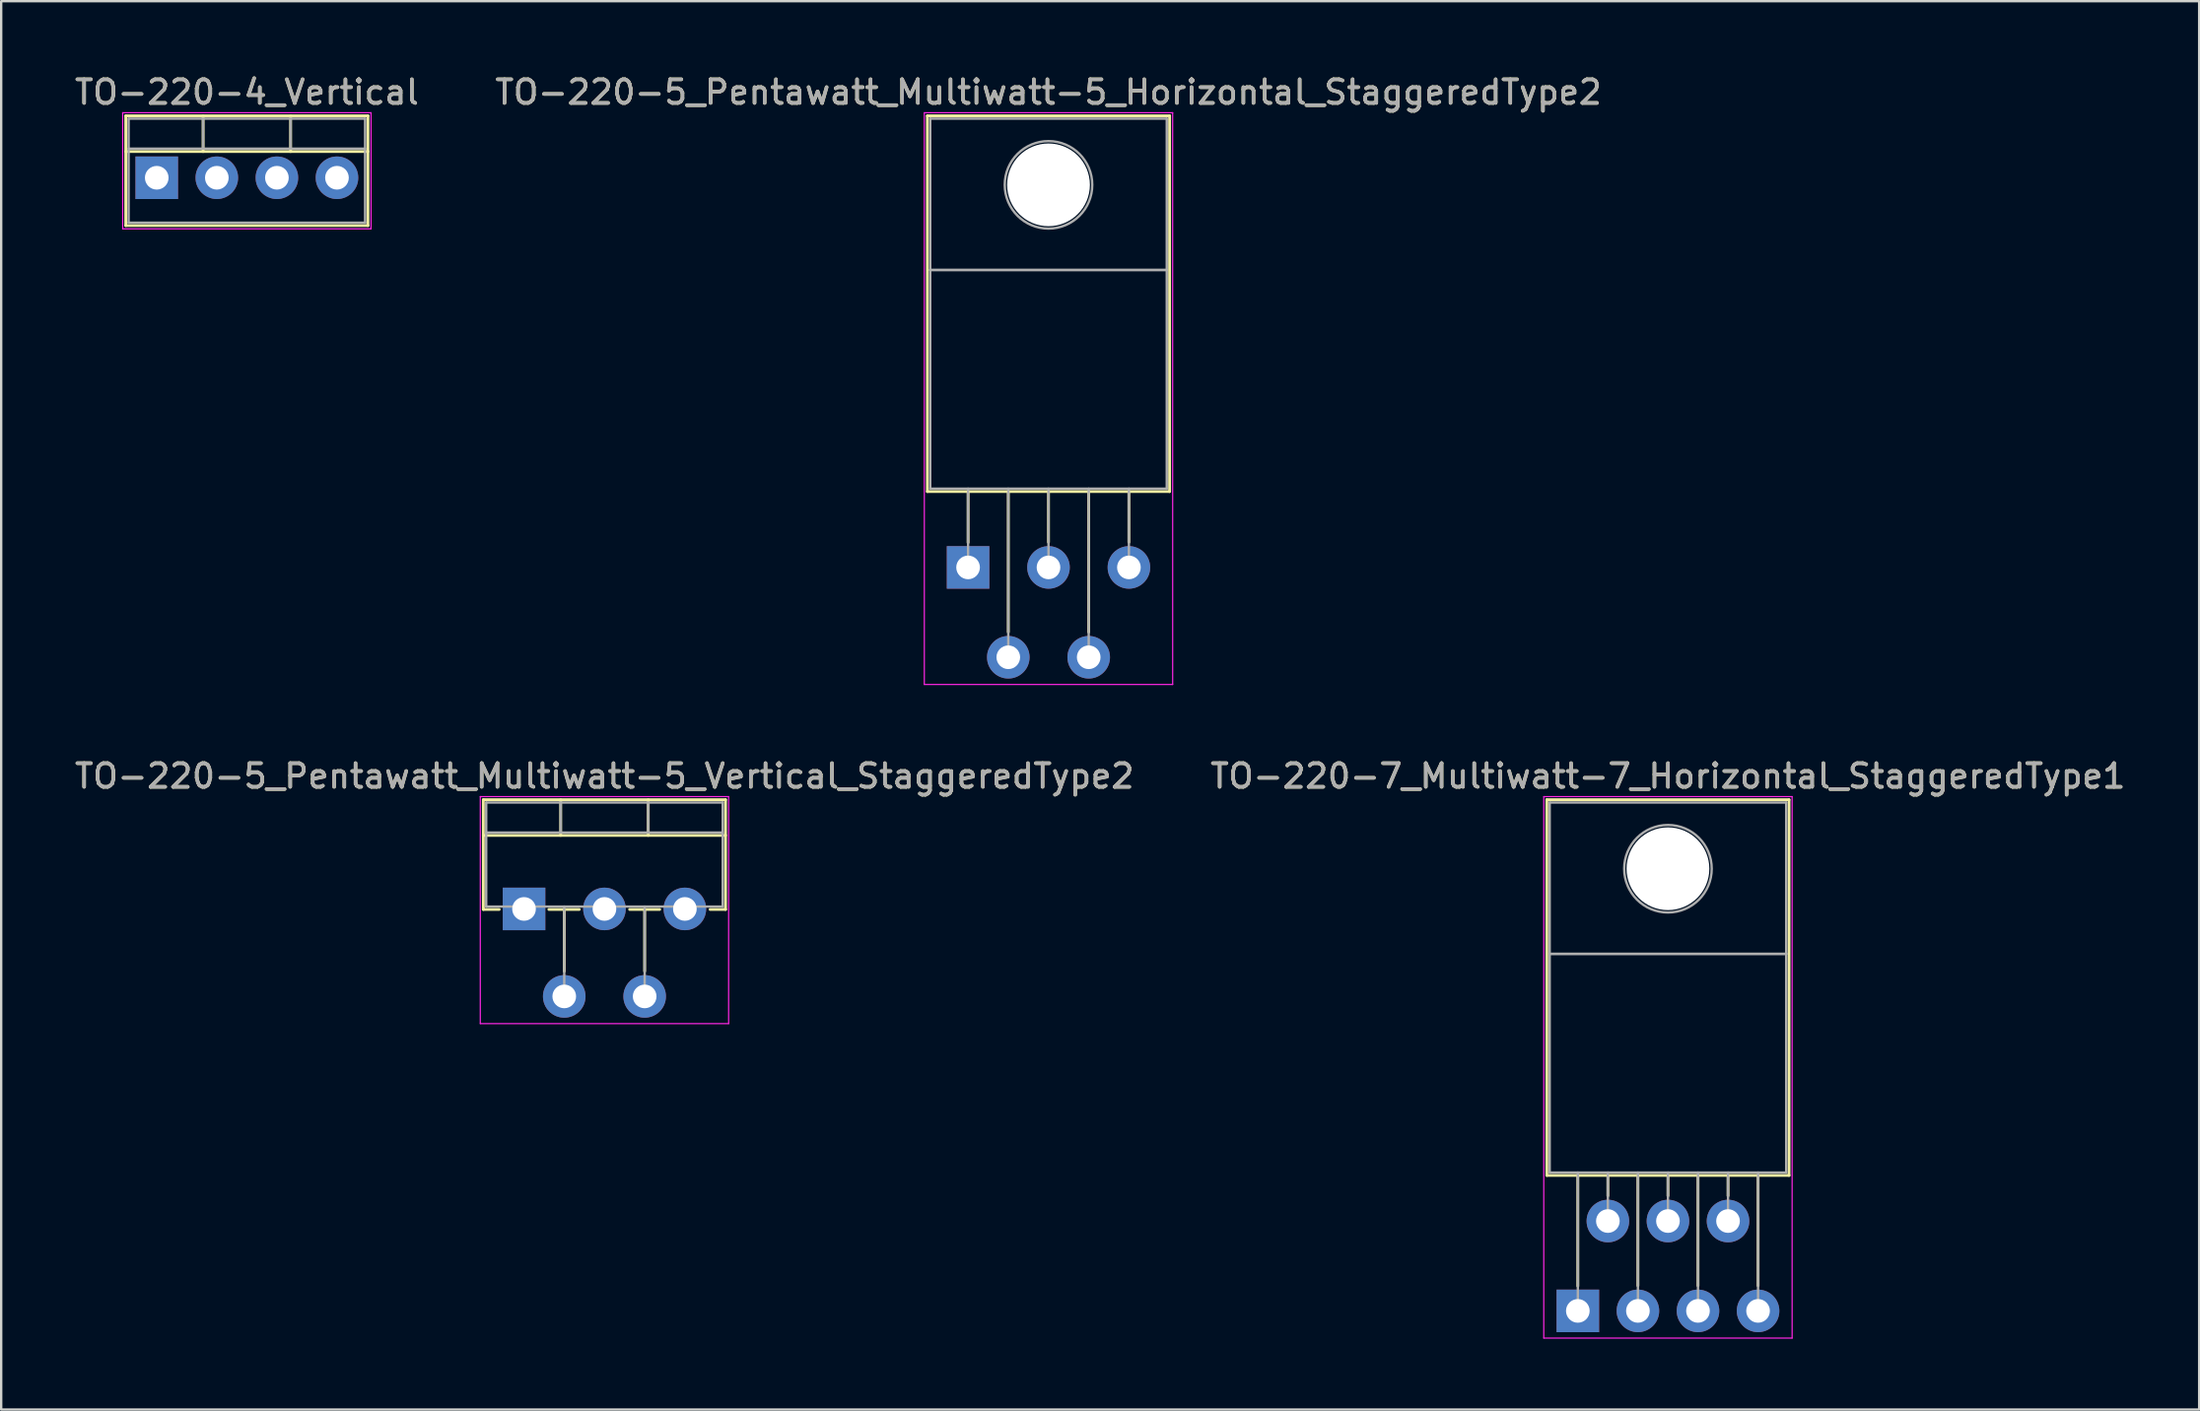
<source format=kicad_pcb>
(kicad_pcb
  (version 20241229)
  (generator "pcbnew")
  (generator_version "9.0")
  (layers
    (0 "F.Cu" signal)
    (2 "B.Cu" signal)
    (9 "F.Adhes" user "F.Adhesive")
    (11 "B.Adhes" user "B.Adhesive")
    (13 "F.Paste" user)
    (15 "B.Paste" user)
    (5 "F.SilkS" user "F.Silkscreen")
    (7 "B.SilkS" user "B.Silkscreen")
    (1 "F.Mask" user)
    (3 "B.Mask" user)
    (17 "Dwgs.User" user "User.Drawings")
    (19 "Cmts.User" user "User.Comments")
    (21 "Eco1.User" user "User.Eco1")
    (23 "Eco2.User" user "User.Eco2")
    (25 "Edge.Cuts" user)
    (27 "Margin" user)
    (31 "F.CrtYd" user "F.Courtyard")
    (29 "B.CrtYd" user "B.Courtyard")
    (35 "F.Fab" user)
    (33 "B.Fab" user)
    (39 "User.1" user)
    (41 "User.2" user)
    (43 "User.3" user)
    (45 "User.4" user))
  (footprint "TO-220-5_Pentawatt_Multiwatt-5_Horizontal_StaggeredType2"
    (layer "F.Cu")
    (at 37.88 20.948)
    (property "Reference" "TO-220-5_Pentawatt_Multiwatt-5_Horizontal_StaggeredType2" (at 3.4 -20.1 0) (layer "F.SilkS") (effects (font (size 1 1) (thickness 0.15))))
    (attr through_hole)
    (fp_line (start -1.721 -19.1) (end -1.721 -3.21) (stroke (width 0.12) (type solid)) (layer "F.SilkS"))
    (fp_line (start -1.721 -19.1) (end 8.52 -19.1) (stroke (width 0.12) (type solid)) (layer "F.SilkS"))
    (fp_line (start -1.721 -3.21) (end 8.52 -3.21) (stroke (width 0.12) (type solid)) (layer "F.SilkS"))
    (fp_line (start 0 -3.21) (end 0 -1.05) (stroke (width 0.12) (type solid)) (layer "F.SilkS"))
    (fp_line (start 1.7 -3.21) (end 1.7 2.735) (stroke (width 0.12) (type solid)) (layer "F.SilkS"))
    (fp_line (start 3.4 -3.21) (end 3.4 -1.066) (stroke (width 0.12) (type solid)) (layer "F.SilkS"))
    (fp_line (start 5.1 -3.21) (end 5.1 2.735) (stroke (width 0.12) (type solid)) (layer "F.SilkS"))
    (fp_line (start 6.8 -3.21) (end 6.8 -1.066) (stroke (width 0.12) (type solid)) (layer "F.SilkS"))
    (fp_line (start 8.52 -19.1) (end 8.52 -3.21) (stroke (width 0.12) (type solid)) (layer "F.SilkS"))
    (fp_line (start -1.85 -19.23) (end -1.85 4.95) (stroke (width 0.05) (type solid)) (layer "F.CrtYd"))
    (fp_line (start -1.85 4.95) (end 8.65 4.95) (stroke (width 0.05) (type solid)) (layer "F.CrtYd"))
    (fp_line (start 8.65 -19.23) (end -1.85 -19.23) (stroke (width 0.05) (type solid)) (layer "F.CrtYd"))
    (fp_line (start 8.65 4.95) (end 8.65 -19.23) (stroke (width 0.05) (type solid)) (layer "F.CrtYd"))
    (fp_line (start -1.6 -18.98) (end 8.4 -18.98) (stroke (width 0.1) (type solid)) (layer "F.Fab"))
    (fp_line (start -1.6 -12.58) (end -1.6 -18.98) (stroke (width 0.1) (type solid)) (layer "F.Fab"))
    (fp_line (start -1.6 -12.58) (end 8.4 -12.58) (stroke (width 0.1) (type solid)) (layer "F.Fab"))
    (fp_line (start -1.6 -3.33) (end -1.6 -12.58) (stroke (width 0.1) (type solid)) (layer "F.Fab"))
    (fp_line (start 0 -3.33) (end 0 0) (stroke (width 0.1) (type solid)) (layer "F.Fab"))
    (fp_line (start 1.7 -3.33) (end 1.7 3.8) (stroke (width 0.1) (type solid)) (layer "F.Fab"))
    (fp_line (start 3.4 -3.33) (end 3.4 0) (stroke (width 0.1) (type solid)) (layer "F.Fab"))
    (fp_line (start 5.1 -3.33) (end 5.1 3.8) (stroke (width 0.1) (type solid)) (layer "F.Fab"))
    (fp_line (start 6.8 -3.33) (end 6.8 0) (stroke (width 0.1) (type solid)) (layer "F.Fab"))
    (fp_line (start 8.4 -18.98) (end 8.4 -12.58) (stroke (width 0.1) (type solid)) (layer "F.Fab"))
    (fp_line (start 8.4 -12.58) (end -1.6 -12.58) (stroke (width 0.1) (type solid)) (layer "F.Fab"))
    (fp_line (start 8.4 -12.58) (end 8.4 -3.33) (stroke (width 0.1) (type solid)) (layer "F.Fab"))
    (fp_line (start 8.4 -3.33) (end -1.6 -3.33) (stroke (width 0.1) (type solid)) (layer "F.Fab"))
    (fp_circle (center 3.4 -16.18) (end 5.25 -16.18) (stroke (width 0.1) (type solid)) (fill no) (layer "F.Fab"))
    (fp_text user "${REFERENCE}" (at 3.4 -20.1 0) (layer "F.Fab") (effects (font (size 1 1) (thickness 0.15))))
    (pad "" np_thru_hole oval (at 3.4 -16.18) (size 3.5 3.5) (drill 3.5) (layers "*.Cu" "*.Mask"))
    (pad "1" thru_hole rect (at 0 0) (size 1.8 1.8) (drill 1) (layers "*.Cu" "*.Mask"))
    (pad "2" thru_hole oval (at 1.7 3.8) (size 1.8 1.8) (drill 1) (layers "*.Cu" "*.Mask"))
    (pad "3" thru_hole oval (at 3.4 0) (size 1.8 1.8) (drill 1) (layers "*.Cu" "*.Mask"))
    (pad "4" thru_hole oval (at 5.1 3.8) (size 1.8 1.8) (drill 1) (layers "*.Cu" "*.Mask"))
    (pad "5" thru_hole oval (at 6.8 0) (size 1.8 1.8) (drill 1) (layers "*.Cu" "*.Mask")))
  (footprint "TO-220-5_Pentawatt_Multiwatt-5_Vertical_StaggeredType2"
    (layer "F.Cu")
    (at 19.106 35.392)
    (property "Reference" "TO-220-5_Pentawatt_Multiwatt-5_Vertical_StaggeredType2" (at 3.4 -5.62 0) (layer "F.SilkS") (effects (font (size 1 1) (thickness 0.15))))
    (attr through_hole)
    (fp_line (start -1.721 -4.62) (end -1.721 0.021) (stroke (width 0.12) (type solid)) (layer "F.SilkS"))
    (fp_line (start -1.721 -4.62) (end 8.52 -4.62) (stroke (width 0.12) (type solid)) (layer "F.SilkS"))
    (fp_line (start -1.721 -3.111) (end 8.52 -3.111) (stroke (width 0.12) (type solid)) (layer "F.SilkS"))
    (fp_line (start -1.721 0.021) (end -1.05 0.021) (stroke (width 0.12) (type solid)) (layer "F.SilkS"))
    (fp_line (start 1.05 0.021) (end 2.335 0.021) (stroke (width 0.12) (type solid)) (layer "F.SilkS"))
    (fp_line (start 1.55 -4.62) (end 1.55 -3.111) (stroke (width 0.12) (type solid)) (layer "F.SilkS"))
    (fp_line (start 1.7 0.021) (end 1.7 2.635) (stroke (width 0.12) (type solid)) (layer "F.SilkS"))
    (fp_line (start 4.465 0.021) (end 5.735 0.021) (stroke (width 0.12) (type solid)) (layer "F.SilkS"))
    (fp_line (start 5.1 0.021) (end 5.1 2.635) (stroke (width 0.12) (type solid)) (layer "F.SilkS"))
    (fp_line (start 5.25 -4.62) (end 5.25 -3.111) (stroke (width 0.12) (type solid)) (layer "F.SilkS"))
    (fp_line (start 7.865 0.021) (end 8.52 0.021) (stroke (width 0.12) (type solid)) (layer "F.SilkS"))
    (fp_line (start 8.52 -4.62) (end 8.52 0.021) (stroke (width 0.12) (type solid)) (layer "F.SilkS"))
    (fp_line (start -1.85 -4.75) (end -1.85 4.85) (stroke (width 0.05) (type solid)) (layer "F.CrtYd"))
    (fp_line (start -1.85 4.85) (end 8.65 4.85) (stroke (width 0.05) (type solid)) (layer "F.CrtYd"))
    (fp_line (start 8.65 -4.75) (end -1.85 -4.75) (stroke (width 0.05) (type solid)) (layer "F.CrtYd"))
    (fp_line (start 8.65 4.85) (end 8.65 -4.75) (stroke (width 0.05) (type solid)) (layer "F.CrtYd"))
    (fp_line (start -1.6 -4.5) (end -1.6 -0.1) (stroke (width 0.1) (type solid)) (layer "F.Fab"))
    (fp_line (start -1.6 -3.23) (end 8.4 -3.23) (stroke (width 0.1) (type solid)) (layer "F.Fab"))
    (fp_line (start -1.6 -0.1) (end 8.4 -0.1) (stroke (width 0.1) (type solid)) (layer "F.Fab"))
    (fp_line (start 0 -0.1) (end 0 0) (stroke (width 0.1) (type solid)) (layer "F.Fab"))
    (fp_line (start 1.55 -4.5) (end 1.55 -3.23) (stroke (width 0.1) (type solid)) (layer "F.Fab"))
    (fp_line (start 1.7 -0.1) (end 1.7 3.7) (stroke (width 0.1) (type solid)) (layer "F.Fab"))
    (fp_line (start 3.4 -0.1) (end 3.4 0) (stroke (width 0.1) (type solid)) (layer "F.Fab"))
    (fp_line (start 5.1 -0.1) (end 5.1 3.7) (stroke (width 0.1) (type solid)) (layer "F.Fab"))
    (fp_line (start 5.25 -4.5) (end 5.25 -3.23) (stroke (width 0.1) (type solid)) (layer "F.Fab"))
    (fp_line (start 6.8 -0.1) (end 6.8 0) (stroke (width 0.1) (type solid)) (layer "F.Fab"))
    (fp_line (start 8.4 -4.5) (end -1.6 -4.5) (stroke (width 0.1) (type solid)) (layer "F.Fab"))
    (fp_line (start 8.4 -0.1) (end 8.4 -4.5) (stroke (width 0.1) (type solid)) (layer "F.Fab"))
    (fp_text user "${REFERENCE}" (at 3.4 -5.62 0) (layer "F.Fab") (effects (font (size 1 1) (thickness 0.15))))
    (pad "1" thru_hole rect (at 0 0) (size 1.8 1.8) (drill 1) (layers "*.Cu" "*.Mask"))
    (pad "2" thru_hole oval (at 1.7 3.7) (size 1.8 1.8) (drill 1) (layers "*.Cu" "*.Mask"))
    (pad "3" thru_hole oval (at 3.4 0) (size 1.8 1.8) (drill 1) (layers "*.Cu" "*.Mask"))
    (pad "4" thru_hole oval (at 5.1 3.7) (size 1.8 1.8) (drill 1) (layers "*.Cu" "*.Mask"))
    (pad "5" thru_hole oval (at 6.8 0) (size 1.8 1.8) (drill 1) (layers "*.Cu" "*.Mask")))
  (footprint "TO-220-4_Vertical"
    (layer "F.Cu")
    (at 3.577 4.468)
    (property "Reference" "TO-220-4_Vertical" (at 3.81 -3.62 0) (layer "F.SilkS") (effects (font (size 1 1) (thickness 0.15))))
    (attr through_hole)
    (fp_line (start -1.31 -2.62) (end -1.31 2.021) (stroke (width 0.12) (type solid)) (layer "F.SilkS"))
    (fp_line (start -1.31 -2.62) (end 8.93 -2.62) (stroke (width 0.12) (type solid)) (layer "F.SilkS"))
    (fp_line (start -1.31 -1.11) (end 8.93 -1.11) (stroke (width 0.12) (type solid)) (layer "F.SilkS"))
    (fp_line (start -1.31 2.021) (end 8.93 2.021) (stroke (width 0.12) (type solid)) (layer "F.SilkS"))
    (fp_line (start 1.96 -2.62) (end 1.96 -1.11) (stroke (width 0.12) (type solid)) (layer "F.SilkS"))
    (fp_line (start 5.66 -2.62) (end 5.66 -1.11) (stroke (width 0.12) (type solid)) (layer "F.SilkS"))
    (fp_line (start 8.93 -2.62) (end 8.93 2.021) (stroke (width 0.12) (type solid)) (layer "F.SilkS"))
    (fp_line (start -1.44 -2.75) (end -1.44 2.16) (stroke (width 0.05) (type solid)) (layer "F.CrtYd"))
    (fp_line (start -1.44 2.16) (end 9.06 2.16) (stroke (width 0.05) (type solid)) (layer "F.CrtYd"))
    (fp_line (start 9.06 -2.75) (end -1.44 -2.75) (stroke (width 0.05) (type solid)) (layer "F.CrtYd"))
    (fp_line (start 9.06 2.16) (end 9.06 -2.75) (stroke (width 0.05) (type solid)) (layer "F.CrtYd"))
    (fp_line (start -1.19 -2.5) (end -1.19 1.9) (stroke (width 0.1) (type solid)) (layer "F.Fab"))
    (fp_line (start -1.19 -1.23) (end 8.81 -1.23) (stroke (width 0.1) (type solid)) (layer "F.Fab"))
    (fp_line (start -1.19 1.9) (end 8.81 1.9) (stroke (width 0.1) (type solid)) (layer "F.Fab"))
    (fp_line (start 1.96 -2.5) (end 1.96 -1.23) (stroke (width 0.1) (type solid)) (layer "F.Fab"))
    (fp_line (start 5.66 -2.5) (end 5.66 -1.23) (stroke (width 0.1) (type solid)) (layer "F.Fab"))
    (fp_line (start 8.81 -2.5) (end -1.19 -2.5) (stroke (width 0.1) (type solid)) (layer "F.Fab"))
    (fp_line (start 8.81 1.9) (end 8.81 -2.5) (stroke (width 0.1) (type solid)) (layer "F.Fab"))
    (fp_text user "${REFERENCE}" (at 3.81 -3.62 0) (layer "F.Fab") (effects (font (size 1 1) (thickness 0.15))))
    (pad "1" thru_hole rect (at 0 0) (size 1.8 1.8) (drill 1) (layers "*.Cu" "*.Mask"))
    (pad "2" thru_hole oval (at 2.54 0) (size 1.8 1.8) (drill 1) (layers "*.Cu" "*.Mask"))
    (pad "3" thru_hole oval (at 5.08 0) (size 1.8 1.8) (drill 1) (layers "*.Cu" "*.Mask"))
    (pad "4" thru_hole oval (at 7.62 0) (size 1.8 1.8) (drill 1) (layers "*.Cu" "*.Mask")))
  (footprint "TO-220-7_Multiwatt-7_Horizontal_StaggeredType1"
    (layer "F.Cu")
    (at 63.66 52.392)
    (property "Reference" "TO-220-7_Multiwatt-7_Horizontal_StaggeredType1" (at 3.81 -22.62 0) (layer "F.SilkS") (effects (font (size 1 1) (thickness 0.15))))
    (attr through_hole)
    (fp_line (start -1.31 -21.62) (end -1.31 -5.73) (stroke (width 0.12) (type solid)) (layer "F.SilkS"))
    (fp_line (start -1.31 -21.62) (end 8.93 -21.62) (stroke (width 0.12) (type solid)) (layer "F.SilkS"))
    (fp_line (start -1.31 -5.73) (end 8.93 -5.73) (stroke (width 0.12) (type solid)) (layer "F.SilkS"))
    (fp_line (start 0 -5.73) (end 0 -1.05) (stroke (width 0.12) (type solid)) (layer "F.SilkS"))
    (fp_line (start 1.27 -5.73) (end 1.27 -4.866) (stroke (width 0.12) (type solid)) (layer "F.SilkS"))
    (fp_line (start 2.54 -5.73) (end 2.54 -1.065) (stroke (width 0.12) (type solid)) (layer "F.SilkS"))
    (fp_line (start 3.81 -5.73) (end 3.81 -4.866) (stroke (width 0.12) (type solid)) (layer "F.SilkS"))
    (fp_line (start 5.08 -5.73) (end 5.08 -1.065) (stroke (width 0.12) (type solid)) (layer "F.SilkS"))
    (fp_line (start 6.35 -5.73) (end 6.35 -4.866) (stroke (width 0.12) (type solid)) (layer "F.SilkS"))
    (fp_line (start 7.62 -5.73) (end 7.62 -1.065) (stroke (width 0.12) (type solid)) (layer "F.SilkS"))
    (fp_line (start 8.93 -21.62) (end 8.93 -5.73) (stroke (width 0.12) (type solid)) (layer "F.SilkS"))
    (fp_line (start -1.44 -21.75) (end -1.44 1.15) (stroke (width 0.05) (type solid)) (layer "F.CrtYd"))
    (fp_line (start -1.44 1.15) (end 9.06 1.15) (stroke (width 0.05) (type solid)) (layer "F.CrtYd"))
    (fp_line (start 9.06 -21.75) (end -1.44 -21.75) (stroke (width 0.05) (type solid)) (layer "F.CrtYd"))
    (fp_line (start 9.06 1.15) (end 9.06 -21.75) (stroke (width 0.05) (type solid)) (layer "F.CrtYd"))
    (fp_line (start -1.19 -21.5) (end 8.81 -21.5) (stroke (width 0.1) (type solid)) (layer "F.Fab"))
    (fp_line (start -1.19 -15.1) (end -1.19 -21.5) (stroke (width 0.1) (type solid)) (layer "F.Fab"))
    (fp_line (start -1.19 -15.1) (end 8.81 -15.1) (stroke (width 0.1) (type solid)) (layer "F.Fab"))
    (fp_line (start -1.19 -5.85) (end -1.19 -15.1) (stroke (width 0.1) (type solid)) (layer "F.Fab"))
    (fp_line (start 0 -5.85) (end 0 0) (stroke (width 0.1) (type solid)) (layer "F.Fab"))
    (fp_line (start 1.27 -5.85) (end 1.27 -3.8) (stroke (width 0.1) (type solid)) (layer "F.Fab"))
    (fp_line (start 2.54 -5.85) (end 2.54 0) (stroke (width 0.1) (type solid)) (layer "F.Fab"))
    (fp_line (start 3.81 -5.85) (end 3.81 -3.8) (stroke (width 0.1) (type solid)) (layer "F.Fab"))
    (fp_line (start 5.08 -5.85) (end 5.08 0) (stroke (width 0.1) (type solid)) (layer "F.Fab"))
    (fp_line (start 6.35 -5.85) (end 6.35 -3.8) (stroke (width 0.1) (type solid)) (layer "F.Fab"))
    (fp_line (start 7.62 -5.85) (end 7.62 0) (stroke (width 0.1) (type solid)) (layer "F.Fab"))
    (fp_line (start 8.81 -21.5) (end 8.81 -15.1) (stroke (width 0.1) (type solid)) (layer "F.Fab"))
    (fp_line (start 8.81 -15.1) (end -1.19 -15.1) (stroke (width 0.1) (type solid)) (layer "F.Fab"))
    (fp_line (start 8.81 -15.1) (end 8.81 -5.85) (stroke (width 0.1) (type solid)) (layer "F.Fab"))
    (fp_line (start 8.81 -5.85) (end -1.19 -5.85) (stroke (width 0.1) (type solid)) (layer "F.Fab"))
    (fp_circle (center 3.81 -18.7) (end 5.66 -18.7) (stroke (width 0.1) (type solid)) (fill no) (layer "F.Fab"))
    (fp_text user "${REFERENCE}" (at 3.81 -22.62 0) (layer "F.Fab") (effects (font (size 1 1) (thickness 0.15))))
    (pad "" np_thru_hole oval (at 3.81 -18.7) (size 3.5 3.5) (drill 3.5) (layers "*.Cu" "*.Mask"))
    (pad "1" thru_hole rect (at 0 0) (size 1.8 1.8) (drill 1) (layers "*.Cu" "*.Mask"))
    (pad "2" thru_hole oval (at 1.27 -3.8) (size 1.8 1.8) (drill 1) (layers "*.Cu" "*.Mask"))
    (pad "3" thru_hole oval (at 2.54 0) (size 1.8 1.8) (drill 1) (layers "*.Cu" "*.Mask"))
    (pad "4" thru_hole oval (at 3.81 -3.8) (size 1.8 1.8) (drill 1) (layers "*.Cu" "*.Mask"))
    (pad "5" thru_hole oval (at 5.08 0) (size 1.8 1.8) (drill 1) (layers "*.Cu" "*.Mask"))
    (pad "6" thru_hole oval (at 6.35 -3.8) (size 1.8 1.8) (drill 1) (layers "*.Cu" "*.Mask"))
    (pad "7" thru_hole oval (at 7.62 0) (size 1.8 1.8) (drill 1) (layers "*.Cu" "*.Mask")))
  (gr_rect
    (start -3 -3)
    (end 89.929 56.566)
    (stroke (width 0.1) (type default))
    (fill no)
    (layer "Edge.Cuts")))
</source>
